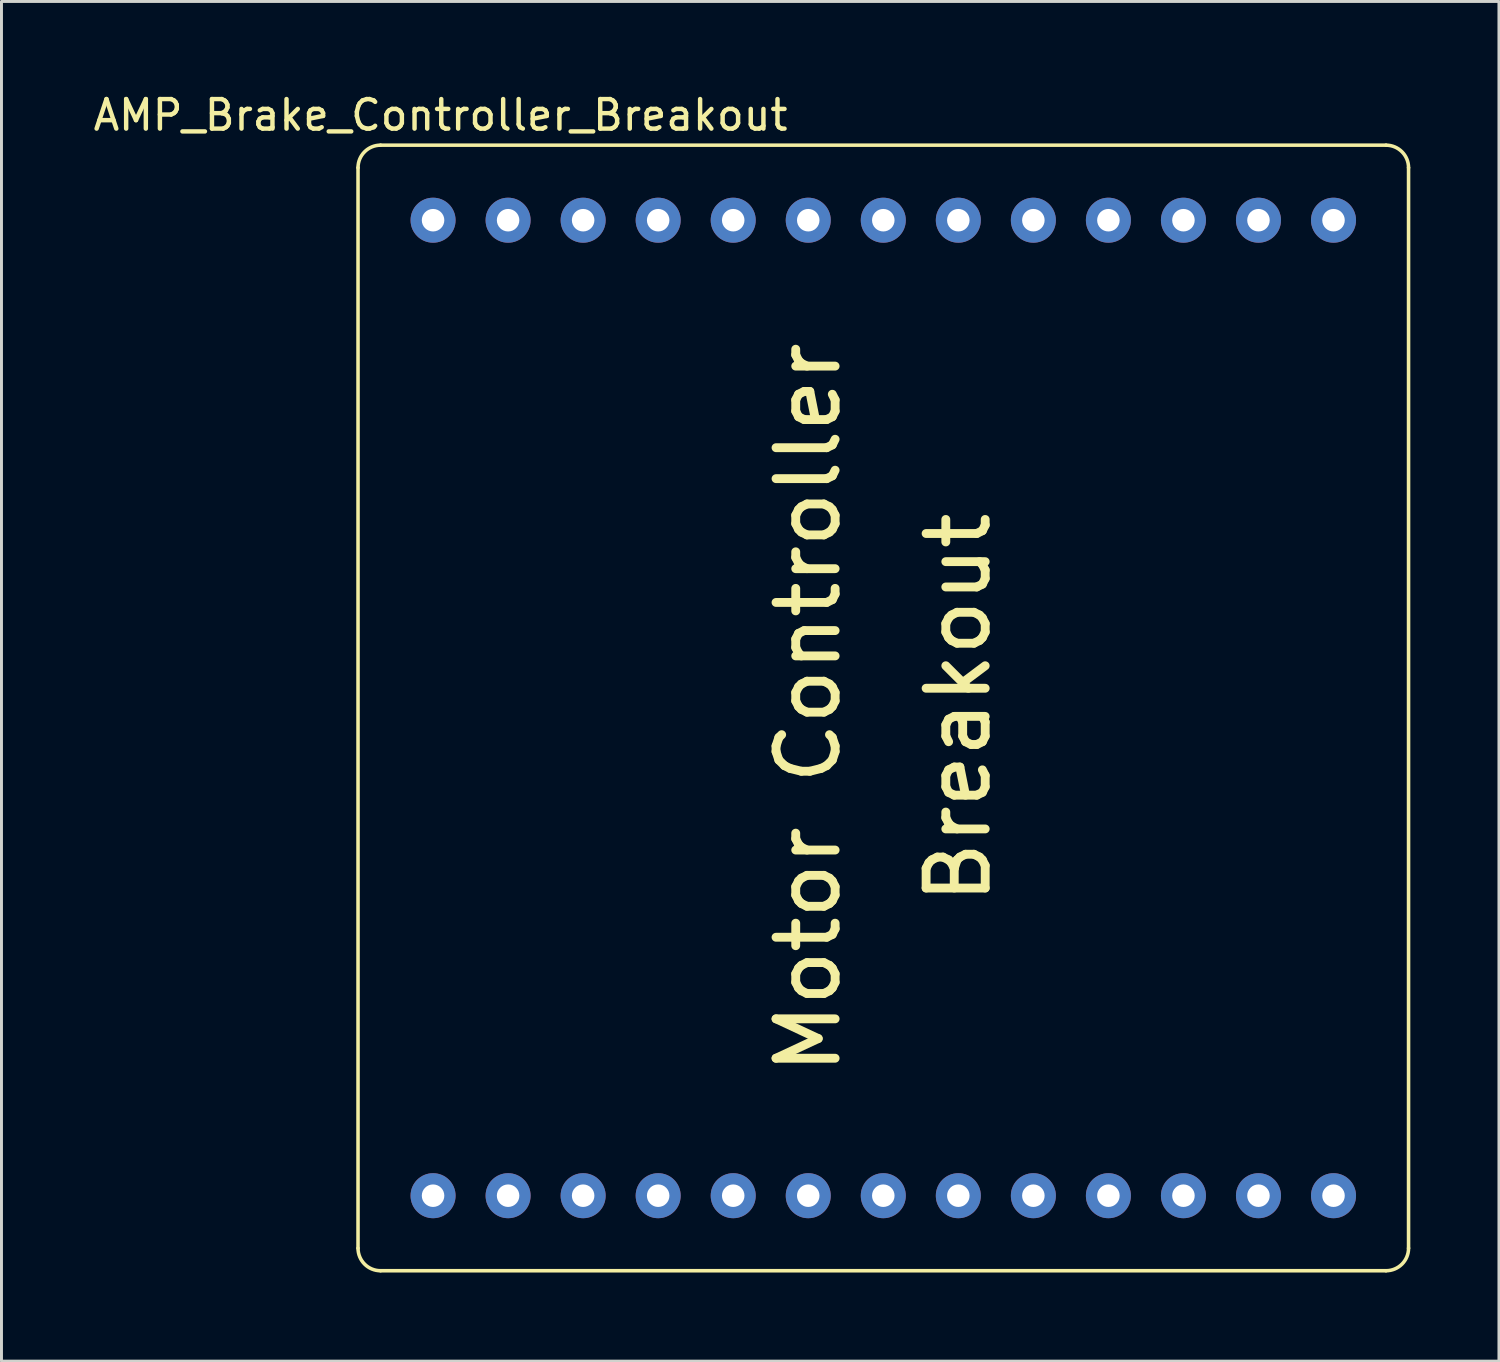
<source format=kicad_pcb>
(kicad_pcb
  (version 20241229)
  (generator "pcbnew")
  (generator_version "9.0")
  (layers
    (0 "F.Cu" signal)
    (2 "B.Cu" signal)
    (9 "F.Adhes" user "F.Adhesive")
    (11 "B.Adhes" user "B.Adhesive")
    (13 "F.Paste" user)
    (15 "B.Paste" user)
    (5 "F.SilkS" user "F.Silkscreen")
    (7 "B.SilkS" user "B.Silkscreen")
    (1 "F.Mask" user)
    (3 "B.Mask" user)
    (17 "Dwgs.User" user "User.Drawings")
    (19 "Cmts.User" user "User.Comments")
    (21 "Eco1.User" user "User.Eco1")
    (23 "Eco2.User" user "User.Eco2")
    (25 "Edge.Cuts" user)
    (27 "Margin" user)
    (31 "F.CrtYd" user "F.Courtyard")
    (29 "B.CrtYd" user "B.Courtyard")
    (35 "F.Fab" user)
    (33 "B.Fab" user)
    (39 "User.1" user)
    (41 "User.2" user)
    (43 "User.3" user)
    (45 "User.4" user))
  (footprint "AMP_Brake_Controller_Breakout"
    (layer "F.Cu")
    (at 9.069 1.864)
    (property "Reference" "AMP_Brake_Controller_Breakout" (at 2.794 -1.016 0) (unlocked yes) (layer "F.SilkS") (effects (font (size 1 1) (thickness 0.15))))
    (attr through_hole)
    (fp_line (start 0 37.338) (end 0 0.762) (stroke (width 0.12) (type solid)) (layer "F.SilkS"))
    (fp_line (start 0.762 0) (end 34.798 0) (stroke (width 0.12) (type solid)) (layer "F.SilkS"))
    (fp_line (start 0.762 38.1) (end 34.798 38.1) (stroke (width 0.12) (type solid)) (layer "F.SilkS"))
    (fp_line (start 35.56 37.338) (end 35.56 0.762) (stroke (width 0.12) (type solid)) (layer "F.SilkS"))
    (fp_arc (start 0 0.762) (mid 0.223185 0.223185) (end 0.762 0) (stroke (width 0.12) (type solid)) (layer "F.SilkS"))
    (fp_arc (start 0.762 38.1) (mid 0.223185 37.876815) (end 0 37.338) (stroke (width 0.12) (type solid)) (layer "F.SilkS"))
    (fp_arc (start 34.798 0) (mid 35.336815 0.223185) (end 35.56 0.762) (stroke (width 0.12) (type solid)) (layer "F.SilkS"))
    (fp_arc (start 35.56 37.338) (mid 35.336815 37.876815) (end 34.798 38.1) (stroke (width 0.12) (type solid)) (layer "F.SilkS"))
    (fp_text user "Motor Controller" (at 15.24 19.05 90) (unlocked yes) (layer "F.SilkS") (effects (font (size 2 2) (thickness 0.3))))
    (fp_text user "Breakout" (at 20.32 19.05 90) (unlocked yes) (layer "F.SilkS") (effects (font (size 2 2) (thickness 0.3))))
    (pad "1" thru_hole circle (at 2.54 35.56) (size 1.524 1.524) (drill 0.762) (layers "*.Cu" "*.Mask"))
    (pad "2" thru_hole circle (at 5.08 35.56) (size 1.524 1.524) (drill 0.762) (layers "*.Cu" "*.Mask"))
    (pad "3" thru_hole circle (at 7.62 35.56) (size 1.524 1.524) (drill 0.762) (layers "*.Cu" "*.Mask"))
    (pad "4" thru_hole circle (at 10.16 35.56) (size 1.524 1.524) (drill 0.762) (layers "*.Cu" "*.Mask"))
    (pad "5" thru_hole circle (at 12.7 35.56) (size 1.524 1.524) (drill 0.762) (layers "*.Cu" "*.Mask"))
    (pad "6" thru_hole circle (at 15.24 35.56) (size 1.524 1.524) (drill 0.762) (layers "*.Cu" "*.Mask"))
    (pad "7" thru_hole circle (at 17.78 35.56) (size 1.524 1.524) (drill 0.762) (layers "*.Cu" "*.Mask"))
    (pad "8" thru_hole circle (at 20.32 35.56) (size 1.524 1.524) (drill 0.762) (layers "*.Cu" "*.Mask"))
    (pad "9" thru_hole circle (at 22.86 35.56) (size 1.524 1.524) (drill 0.762) (layers "*.Cu" "*.Mask"))
    (pad "10" thru_hole circle (at 25.4 35.56) (size 1.524 1.524) (drill 0.762) (layers "*.Cu" "*.Mask"))
    (pad "11" thru_hole circle (at 27.94 35.56) (size 1.524 1.524) (drill 0.762) (layers "*.Cu" "*.Mask"))
    (pad "12" thru_hole circle (at 30.48 35.56) (size 1.524 1.524) (drill 0.762) (layers "*.Cu" "*.Mask"))
    (pad "13" thru_hole circle (at 33.02 35.56) (size 1.524 1.524) (drill 0.762) (layers "*.Cu" "*.Mask"))
    (pad "14" thru_hole circle (at 33.02 2.54) (size 1.524 1.524) (drill 0.762) (layers "*.Cu" "*.Mask"))
    (pad "15" thru_hole circle (at 30.48 2.54) (size 1.524 1.524) (drill 0.762) (layers "*.Cu" "*.Mask"))
    (pad "16" thru_hole circle (at 27.94 2.54) (size 1.524 1.524) (drill 0.762) (layers "*.Cu" "*.Mask"))
    (pad "17" thru_hole circle (at 25.4 2.54) (size 1.524 1.524) (drill 0.762) (layers "*.Cu" "*.Mask"))
    (pad "18" thru_hole circle (at 22.86 2.54) (size 1.524 1.524) (drill 0.762) (layers "*.Cu" "*.Mask"))
    (pad "19" thru_hole circle (at 20.32 2.54) (size 1.524 1.524) (drill 0.762) (layers "*.Cu" "*.Mask"))
    (pad "20" thru_hole circle (at 17.78 2.54) (size 1.524 1.524) (drill 0.762) (layers "*.Cu" "*.Mask"))
    (pad "21" thru_hole circle (at 15.24 2.54) (size 1.524 1.524) (drill 0.762) (layers "*.Cu" "*.Mask"))
    (pad "22" thru_hole circle (at 12.7 2.54) (size 1.524 1.524) (drill 0.762) (layers "*.Cu" "*.Mask"))
    (pad "23" thru_hole circle (at 10.16 2.54) (size 1.524 1.524) (drill 0.762) (layers "*.Cu" "*.Mask"))
    (pad "24" thru_hole circle (at 7.62 2.54) (size 1.524 1.524) (drill 0.762) (layers "*.Cu" "*.Mask"))
    (pad "25" thru_hole circle (at 5.08 2.54) (size 1.524 1.524) (drill 0.762) (layers "*.Cu" "*.Mask"))
    (pad "26" thru_hole circle (at 2.54 2.54) (size 1.524 1.524) (drill 0.762) (layers "*.Cu" "*.Mask")))
  (gr_rect
    (start -3 -3)
    (end 47.689 43.024)
    (stroke (width 0.1) (type default))
    (fill no)
    (layer "Edge.Cuts")))
</source>
